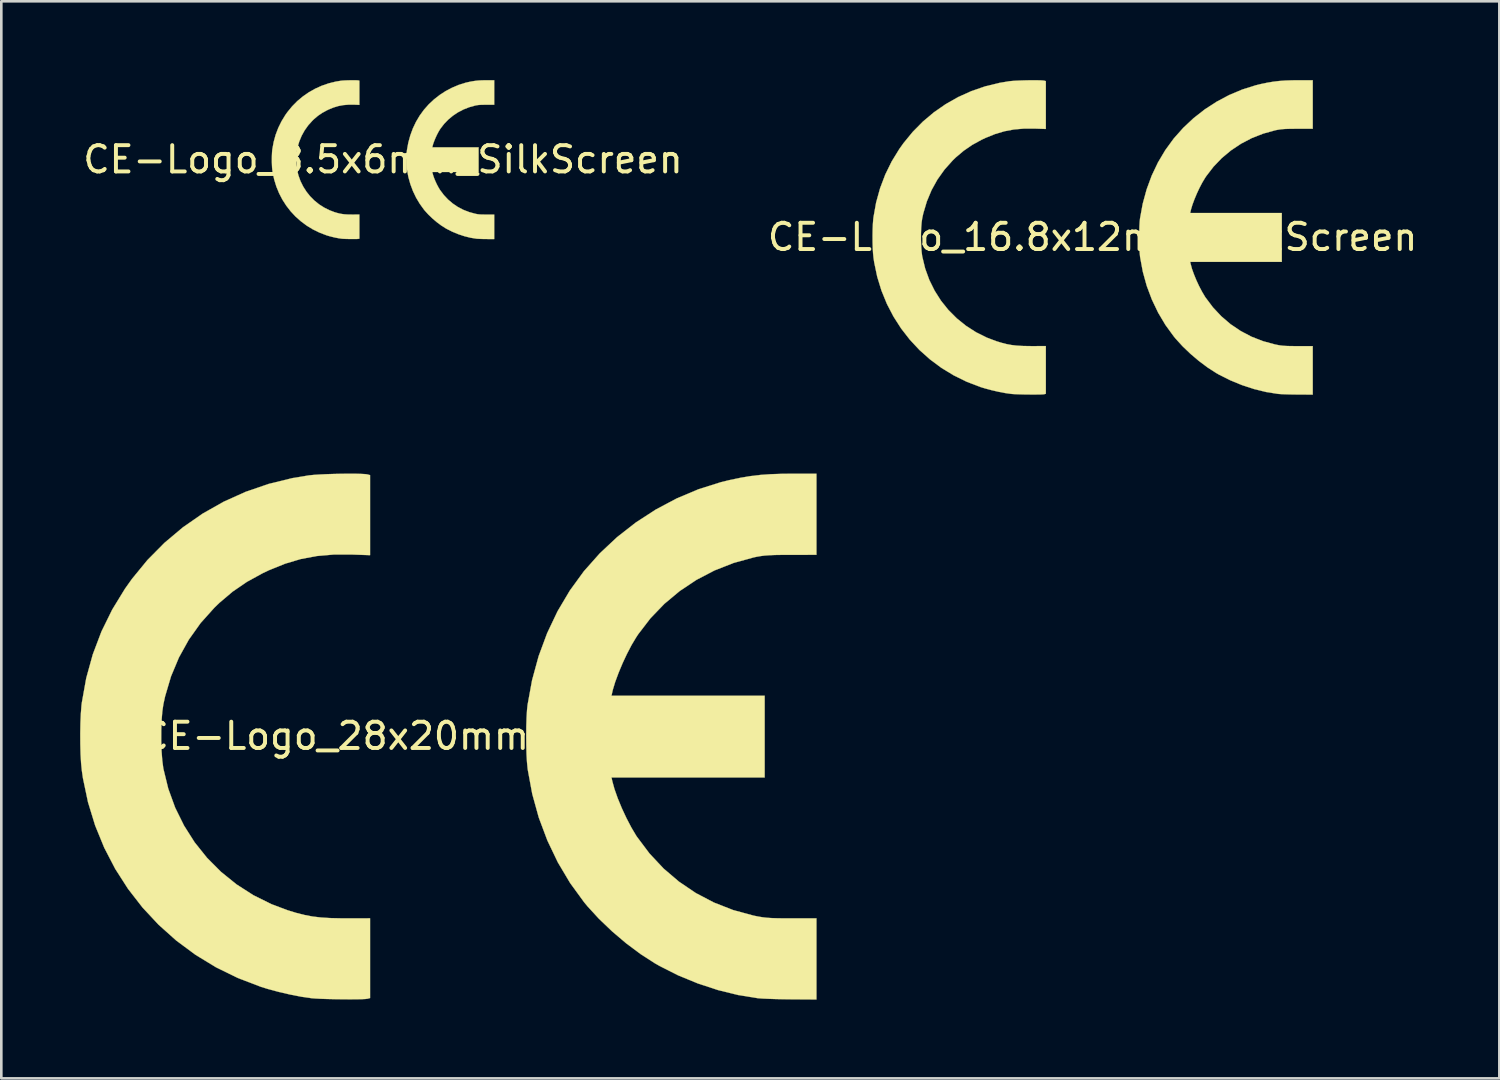
<source format=kicad_pcb>
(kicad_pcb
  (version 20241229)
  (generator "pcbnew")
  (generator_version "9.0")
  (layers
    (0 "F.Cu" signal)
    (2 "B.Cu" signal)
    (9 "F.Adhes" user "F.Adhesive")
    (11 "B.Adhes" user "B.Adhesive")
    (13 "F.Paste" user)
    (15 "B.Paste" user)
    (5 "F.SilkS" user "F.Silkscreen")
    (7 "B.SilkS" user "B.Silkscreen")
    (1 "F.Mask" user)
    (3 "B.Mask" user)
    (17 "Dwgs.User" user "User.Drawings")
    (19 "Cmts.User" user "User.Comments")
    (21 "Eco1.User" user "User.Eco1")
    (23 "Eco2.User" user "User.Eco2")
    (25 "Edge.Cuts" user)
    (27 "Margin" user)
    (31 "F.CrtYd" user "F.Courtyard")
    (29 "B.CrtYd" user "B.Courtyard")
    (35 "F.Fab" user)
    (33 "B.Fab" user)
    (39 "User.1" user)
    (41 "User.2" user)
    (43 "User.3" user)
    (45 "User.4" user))
  (footprint "CE-Logo_16.8x12mm_SilkScreen"
    (layer "F.Cu")
    (at 38.542 5.975)
    (property "Reference" "CE-Logo_16.8x12mm_SilkScreen" (at 0 0 0) (layer "F.SilkS") (effects (font (size 1 1) (thickness 0.15))))
    (attr exclude_from_pos_files exclude_from_bom)
    (fp_poly (pts (xy -2.1 -5.969) (xy -1.972 -5.966) (xy -1.88 -5.96) (xy -1.84 -5.954) (xy -1.781 -5.938) (xy -1.781 -4.116) (xy -2.195 -4.13) (xy -2.611 -4.13) (xy -2.995 -4.097) (xy -3.36 -4.028) (xy -3.718 -3.921) (xy -4.079 -3.775) (xy -4.229 -3.704) (xy -4.586 -3.508) (xy -4.908 -3.287) (xy -5.21 -3.032) (xy -5.327 -2.918) (xy -5.637 -2.571) (xy -5.906 -2.194) (xy -6.131 -1.789) (xy -6.311 -1.357) (xy -6.446 -0.903) (xy -6.486 -0.72) (xy -6.51 -0.554) (xy -6.526 -0.35) (xy -6.534 -0.123) (xy -6.534 0.113) (xy -6.526 0.344) (xy -6.51 0.555) (xy -6.487 0.733) (xy -6.484 0.746) (xy -6.374 1.199) (xy -6.217 1.631) (xy -6.015 2.039) (xy -5.773 2.421) (xy -5.491 2.773) (xy -5.173 3.092) (xy -4.821 3.376) (xy -4.438 3.622) (xy -4.027 3.827) (xy -3.663 3.964) (xy -3.459 4.026) (xy -3.272 4.074) (xy -3.088 4.108) (xy -2.896 4.131) (xy -2.682 4.144) (xy -2.433 4.149) (xy -2.324 4.15) (xy -1.781 4.149) (xy -1.781 5.964) (xy -1.84 5.98) (xy -1.89 5.986) (xy -1.983 5.99) (xy -2.109 5.992) (xy -2.259 5.993) (xy -2.422 5.992) (xy -2.591 5.99) (xy -2.753 5.986) (xy -2.902 5.981) (xy -3.025 5.975) (xy -3.115 5.968) (xy -3.116 5.967) (xy -3.34 5.935) (xy -3.592 5.886) (xy -3.855 5.825) (xy -4.107 5.757) (xy -4.268 5.708) (xy -4.791 5.508) (xy -5.287 5.264) (xy -5.754 4.98) (xy -6.19 4.656) (xy -6.593 4.297) (xy -6.96 3.903) (xy -7.29 3.478) (xy -7.581 3.024) (xy -7.831 2.543) (xy -8.038 2.037) (xy -8.2 1.509) (xy -8.315 0.961) (xy -8.341 0.786) (xy -8.358 0.618) (xy -8.37 0.412) (xy -8.376 0.182) (xy -8.377 -0.058) (xy -8.373 -0.293) (xy -8.364 -0.511) (xy -8.349 -0.696) (xy -8.341 -0.759) (xy -8.241 -1.319) (xy -8.091 -1.859) (xy -7.894 -2.38) (xy -7.649 -2.879) (xy -7.357 -3.355) (xy -7.201 -3.574) (xy -6.848 -4.005) (xy -6.46 -4.398) (xy -6.04 -4.751) (xy -5.59 -5.063) (xy -5.113 -5.333) (xy -4.612 -5.558) (xy -4.089 -5.738) (xy -3.547 -5.87) (xy -3.169 -5.933) (xy -3.065 -5.943) (xy -2.929 -5.952) (xy -2.77 -5.959) (xy -2.598 -5.965) (xy -2.422 -5.969) (xy -2.253 -5.97) (xy -2.1 -5.969)) (stroke (width 0.01) (type solid)) (fill yes) (layer "F.SilkS"))
    (fp_poly (pts (xy 8.379 -4.124) (xy 7.797 -4.124) (xy 7.595 -4.123) (xy 7.435 -4.12) (xy 7.308 -4.115) (xy 7.202 -4.107) (xy 7.108 -4.095) (xy 7.016 -4.079) (xy 6.948 -4.065) (xy 6.493 -3.939) (xy 6.059 -3.769) (xy 5.65 -3.555) (xy 5.268 -3.301) (xy 4.917 -3.008) (xy 4.601 -2.679) (xy 4.323 -2.317) (xy 4.275 -2.244) (xy 4.172 -2.072) (xy 4.067 -1.871) (xy 3.966 -1.655) (xy 3.875 -1.438) (xy 3.799 -1.232) (xy 3.745 -1.052) (xy 3.733 -1.002) (xy 3.714 -0.916) (xy 7.201 -0.916) (xy 7.201 0.943) (xy 3.714 0.943) (xy 3.733 1.028) (xy 3.782 1.209) (xy 3.857 1.418) (xy 3.949 1.643) (xy 4.054 1.868) (xy 4.166 2.081) (xy 4.277 2.268) (xy 4.296 2.297) (xy 4.581 2.676) (xy 4.9 3.016) (xy 5.251 3.316) (xy 5.634 3.574) (xy 6.044 3.79) (xy 6.482 3.961) (xy 6.944 4.087) (xy 6.955 4.089) (xy 7.06 4.11) (xy 7.155 4.126) (xy 7.254 4.137) (xy 7.365 4.144) (xy 7.5 4.148) (xy 7.67 4.15) (xy 7.81 4.15) (xy 8.379 4.15) (xy 8.379 5.996) (xy 7.81 5.993) (xy 7.628 5.991) (xy 7.45 5.987) (xy 7.288 5.982) (xy 7.154 5.976) (xy 7.058 5.969) (xy 7.044 5.967) (xy 6.598 5.896) (xy 6.139 5.783) (xy 5.68 5.632) (xy 5.233 5.448) (xy 4.811 5.236) (xy 4.7 5.172) (xy 4.377 4.964) (xy 4.048 4.718) (xy 3.728 4.447) (xy 3.429 4.161) (xy 3.164 3.871) (xy 3.092 3.784) (xy 2.772 3.345) (xy 2.493 2.875) (xy 2.255 2.377) (xy 2.06 1.858) (xy 1.911 1.32) (xy 1.809 0.77) (xy 1.804 0.733) (xy 1.791 0.591) (xy 1.781 0.412) (xy 1.775 0.208) (xy 1.773 -0.008) (xy 1.776 -0.222) (xy 1.782 -0.421) (xy 1.792 -0.592) (xy 1.804 -0.707) (xy 1.907 -1.271) (xy 2.056 -1.816) (xy 2.249 -2.34) (xy 2.486 -2.839) (xy 2.765 -3.309) (xy 3.085 -3.748) (xy 3.092 -3.757) (xy 3.449 -4.158) (xy 3.843 -4.528) (xy 4.269 -4.861) (xy 4.724 -5.156) (xy 5.201 -5.409) (xy 5.696 -5.617) (xy 6.204 -5.777) (xy 6.403 -5.826) (xy 6.648 -5.877) (xy 6.876 -5.915) (xy 7.101 -5.942) (xy 7.338 -5.959) (xy 7.602 -5.968) (xy 7.823 -5.97) (xy 8.379 -5.97) (xy 8.379 -4.124)) (stroke (width 0.01) (type solid)) (fill yes) (layer "F.SilkS")))
  (footprint "CE-Logo_8.5x6mm_SilkScreen"
    (layer "F.Cu")
    (at 11.53 3.021)
    (property "Reference" "CE-Logo_8.5x6mm_SilkScreen" (at 0 0 0) (layer "F.SilkS") (effects (font (size 1 1) (thickness 0.15))))
    (attr exclude_from_pos_files exclude_from_bom)
    (fp_poly (pts (xy -1.061 -3.016) (xy -0.996 -3.014) (xy -0.95 -3.011) (xy -0.929 -3.008) (xy -0.9 -3) (xy -0.9 -2.079) (xy -1.109 -2.087) (xy -1.319 -2.086) (xy -1.513 -2.07) (xy -1.698 -2.035) (xy -1.878 -1.981) (xy -2.061 -1.907) (xy -2.137 -1.871) (xy -2.317 -1.772) (xy -2.48 -1.661) (xy -2.632 -1.532) (xy -2.691 -1.474) (xy -2.848 -1.299) (xy -2.984 -1.108) (xy -3.097 -0.904) (xy -3.188 -0.686) (xy -3.257 -0.456) (xy -3.277 -0.364) (xy -3.289 -0.28) (xy -3.297 -0.177) (xy -3.301 -0.062) (xy -3.301 0.057) (xy -3.297 0.174) (xy -3.289 0.281) (xy -3.277 0.37) (xy -3.276 0.377) (xy -3.22 0.606) (xy -3.141 0.824) (xy -3.039 1.03) (xy -2.916 1.223) (xy -2.774 1.401) (xy -2.614 1.562) (xy -2.436 1.706) (xy -2.242 1.83) (xy -2.034 1.933) (xy -1.851 2.003) (xy -1.748 2.034) (xy -1.653 2.058) (xy -1.56 2.075) (xy -1.463 2.087) (xy -1.355 2.094) (xy -1.229 2.096) (xy -1.174 2.097) (xy -0.9 2.096) (xy -0.9 3.013) (xy -0.929 3.021) (xy -0.955 3.024) (xy -1.002 3.026) (xy -1.065 3.027) (xy -1.141 3.028) (xy -1.224 3.027) (xy -1.309 3.026) (xy -1.391 3.024) (xy -1.466 3.022) (xy -1.528 3.019) (xy -1.574 3.015) (xy -1.574 3.015) (xy -1.687 2.998) (xy -1.815 2.974) (xy -1.947 2.943) (xy -2.075 2.909) (xy -2.156 2.884) (xy -2.421 2.782) (xy -2.671 2.66) (xy -2.907 2.516) (xy -3.127 2.352) (xy -3.331 2.171) (xy -3.516 1.972) (xy -3.683 1.757) (xy -3.83 1.528) (xy -3.956 1.285) (xy -4.061 1.029) (xy -4.143 0.762) (xy -4.201 0.486) (xy -4.214 0.397) (xy -4.223 0.312) (xy -4.228 0.208) (xy -4.232 0.092) (xy -4.232 -0.029) (xy -4.23 -0.148) (xy -4.225 -0.258) (xy -4.218 -0.352) (xy -4.214 -0.384) (xy -4.163 -0.666) (xy -4.088 -0.939) (xy -3.988 -1.202) (xy -3.864 -1.454) (xy -3.717 -1.695) (xy -3.638 -1.806) (xy -3.46 -2.023) (xy -3.264 -2.222) (xy -3.051 -2.4) (xy -2.824 -2.558) (xy -2.583 -2.694) (xy -2.33 -2.808) (xy -2.066 -2.899) (xy -1.792 -2.966) (xy -1.601 -2.997) (xy -1.549 -3.003) (xy -1.48 -3.007) (xy -1.399 -3.011) (xy -1.312 -3.014) (xy -1.224 -3.015) (xy -1.138 -3.016) (xy -1.061 -3.016)) (stroke (width 0.01) (type solid)) (fill yes) (layer "F.SilkS"))
    (fp_poly (pts (xy 4.233 -2.084) (xy 3.939 -2.083) (xy 3.837 -2.083) (xy 3.756 -2.082) (xy 3.692 -2.079) (xy 3.638 -2.075) (xy 3.591 -2.069) (xy 3.544 -2.061) (xy 3.51 -2.054) (xy 3.281 -1.99) (xy 3.061 -1.904) (xy 2.854 -1.796) (xy 2.661 -1.667) (xy 2.484 -1.52) (xy 2.324 -1.354) (xy 2.184 -1.171) (xy 2.16 -1.134) (xy 2.108 -1.047) (xy 2.055 -0.945) (xy 2.004 -0.836) (xy 1.958 -0.726) (xy 1.919 -0.623) (xy 1.892 -0.532) (xy 1.886 -0.506) (xy 1.876 -0.463) (xy 3.638 -0.463) (xy 3.638 0.476) (xy 1.876 0.476) (xy 1.886 0.519) (xy 1.911 0.611) (xy 1.948 0.716) (xy 1.995 0.83) (xy 2.048 0.944) (xy 2.105 1.052) (xy 2.161 1.146) (xy 2.17 1.16) (xy 2.314 1.352) (xy 2.475 1.524) (xy 2.653 1.675) (xy 2.846 1.806) (xy 3.054 1.915) (xy 3.275 2.001) (xy 3.508 2.065) (xy 3.514 2.066) (xy 3.567 2.077) (xy 3.615 2.085) (xy 3.665 2.09) (xy 3.721 2.094) (xy 3.789 2.096) (xy 3.875 2.097) (xy 3.946 2.097) (xy 4.233 2.097) (xy 4.233 3.029) (xy 3.946 3.028) (xy 3.854 3.027) (xy 3.764 3.025) (xy 3.682 3.022) (xy 3.614 3.019) (xy 3.566 3.016) (xy 3.559 3.015) (xy 3.333 2.979) (xy 3.101 2.921) (xy 2.869 2.845) (xy 2.644 2.752) (xy 2.43 2.645) (xy 2.375 2.613) (xy 2.211 2.508) (xy 2.045 2.384) (xy 1.883 2.246) (xy 1.732 2.102) (xy 1.599 1.956) (xy 1.562 1.912) (xy 1.401 1.69) (xy 1.259 1.452) (xy 1.139 1.201) (xy 1.041 0.939) (xy 0.965 0.667) (xy 0.914 0.389) (xy 0.912 0.37) (xy 0.905 0.299) (xy 0.9 0.208) (xy 0.897 0.105) (xy 0.896 -0.004) (xy 0.897 -0.112) (xy 0.9 -0.213) (xy 0.905 -0.299) (xy 0.911 -0.357) (xy 0.963 -0.642) (xy 1.039 -0.918) (xy 1.136 -1.182) (xy 1.256 -1.434) (xy 1.397 -1.672) (xy 1.559 -1.894) (xy 1.562 -1.898) (xy 1.742 -2.101) (xy 1.941 -2.287) (xy 2.157 -2.456) (xy 2.386 -2.605) (xy 2.628 -2.732) (xy 2.878 -2.838) (xy 3.134 -2.919) (xy 3.235 -2.943) (xy 3.359 -2.969) (xy 3.474 -2.988) (xy 3.588 -3.002) (xy 3.707 -3.011) (xy 3.841 -3.015) (xy 3.952 -3.016) (xy 4.233 -3.016) (xy 4.233 -2.084)) (stroke (width 0.01) (type solid)) (fill yes) (layer "F.SilkS")))
  (footprint "CE-Logo_28x20mm_SilkScreen"
    (layer "F.Cu")
    (at 14.015 24.967)
    (property "Reference" "CE-Logo_28x20mm_SilkScreen" (at 0 0 0) (layer "F.SilkS") (effects (font (size 1 1) (thickness 0.15))))
    (attr exclude_from_pos_files exclude_from_bom)
    (fp_poly (pts (xy -3.512 -9.983) (xy -3.298 -9.977) (xy -3.144 -9.968) (xy -3.076 -9.957) (xy -2.978 -9.931) (xy -2.978 -6.884) (xy -3.672 -6.908) (xy -4.366 -6.907) (xy -5.009 -6.851) (xy -5.62 -6.736) (xy -6.217 -6.558) (xy -6.822 -6.313) (xy -7.073 -6.194) (xy -7.67 -5.866) (xy -8.209 -5.497) (xy -8.713 -5.07) (xy -8.909 -4.88) (xy -9.428 -4.301) (xy -9.877 -3.669) (xy -10.253 -2.991) (xy -10.555 -2.27) (xy -10.78 -1.511) (xy -10.847 -1.204) (xy -10.887 -0.926) (xy -10.914 -0.585) (xy -10.927 -0.205) (xy -10.928 0.189) (xy -10.915 0.575) (xy -10.888 0.929) (xy -10.849 1.226) (xy -10.845 1.248) (xy -10.66 2.005) (xy -10.397 2.728) (xy -10.06 3.41) (xy -9.655 4.048) (xy -9.184 4.637) (xy -8.652 5.171) (xy -8.063 5.647) (xy -7.423 6.058) (xy -6.734 6.4) (xy -6.127 6.629) (xy -5.785 6.734) (xy -5.472 6.813) (xy -5.165 6.871) (xy -4.843 6.909) (xy -4.485 6.931) (xy -4.069 6.94) (xy -3.887 6.94) (xy -2.978 6.939) (xy -2.978 9.975) (xy -3.076 10.001) (xy -3.161 10.011) (xy -3.316 10.018) (xy -3.527 10.022) (xy -3.778 10.023) (xy -4.051 10.021) (xy -4.333 10.017) (xy -4.605 10.011) (xy -4.853 10.003) (xy -5.06 9.992) (xy -5.21 9.98) (xy -5.211 9.98) (xy -5.585 9.926) (xy -6.008 9.844) (xy -6.446 9.743) (xy -6.869 9.629) (xy -7.137 9.546) (xy -8.013 9.211) (xy -8.843 8.804) (xy -9.624 8.328) (xy -10.353 7.788) (xy -11.026 7.186) (xy -11.64 6.528) (xy -12.192 5.817) (xy -12.679 5.057) (xy -13.097 4.252) (xy -13.443 3.407) (xy -13.714 2.524) (xy -13.907 1.608) (xy -13.95 1.314) (xy -13.978 1.033) (xy -13.998 0.689) (xy -14.008 0.305) (xy -14.01 -0.096) (xy -14.003 -0.49) (xy -13.987 -0.854) (xy -13.963 -1.164) (xy -13.95 -1.27) (xy -13.782 -2.206) (xy -13.532 -3.11) (xy -13.202 -3.98) (xy -12.792 -4.814) (xy -12.304 -5.611) (xy -12.043 -5.978) (xy -11.453 -6.698) (xy -10.804 -7.354) (xy -10.101 -7.945) (xy -9.349 -8.467) (xy -8.551 -8.918) (xy -7.712 -9.296) (xy -6.838 -9.596) (xy -5.932 -9.818) (xy -5.3 -9.922) (xy -5.127 -9.939) (xy -4.899 -9.954) (xy -4.633 -9.967) (xy -4.345 -9.976) (xy -4.051 -9.982) (xy -3.768 -9.984) (xy -3.512 -9.983)) (stroke (width 0.01) (type solid)) (fill yes) (layer "F.SilkS"))
    (fp_poly (pts (xy 14.014 -8.441) (xy 14.014 -6.897) (xy 13.039 -6.896) (xy 12.702 -6.895) (xy 12.435 -6.891) (xy 12.221 -6.882) (xy 12.045 -6.869) (xy 11.887 -6.849) (xy 11.733 -6.822) (xy 11.621 -6.798) (xy 10.86 -6.588) (xy 10.134 -6.303) (xy 9.448 -5.945) (xy 8.81 -5.52) (xy 8.223 -5.03) (xy 7.695 -4.481) (xy 7.23 -3.875) (xy 7.149 -3.752) (xy 6.977 -3.465) (xy 6.802 -3.129) (xy 6.633 -2.768) (xy 6.481 -2.404) (xy 6.354 -2.061) (xy 6.263 -1.76) (xy 6.243 -1.675) (xy 6.212 -1.533) (xy 12.043 -1.533) (xy 12.043 1.577) (xy 6.212 1.577) (xy 6.243 1.719) (xy 6.326 2.021) (xy 6.45 2.372) (xy 6.605 2.747) (xy 6.781 3.125) (xy 6.967 3.481) (xy 7.153 3.794) (xy 7.185 3.841) (xy 7.661 4.475) (xy 8.194 5.044) (xy 8.782 5.545) (xy 9.422 5.978) (xy 10.109 6.338) (xy 10.841 6.625) (xy 11.614 6.835) (xy 11.632 6.839) (xy 11.806 6.874) (xy 11.967 6.9) (xy 12.131 6.919) (xy 12.317 6.931) (xy 12.543 6.938) (xy 12.827 6.941) (xy 13.061 6.941) (xy 14.014 6.941) (xy 14.014 10.029) (xy 13.061 10.023) (xy 12.757 10.019) (xy 12.46 10.013) (xy 12.189 10.004) (xy 11.964 9.994) (xy 11.804 9.982) (xy 11.78 9.98) (xy 11.034 9.86) (xy 10.267 9.671) (xy 9.499 9.419) (xy 8.752 9.112) (xy 8.046 8.756) (xy 7.861 8.65) (xy 7.32 8.301) (xy 6.77 7.89) (xy 6.235 7.436) (xy 5.735 6.958) (xy 5.292 6.475) (xy 5.171 6.328) (xy 4.637 5.595) (xy 4.169 4.808) (xy 3.771 3.976) (xy 3.445 3.107) (xy 3.196 2.208) (xy 3.026 1.288) (xy 3.018 1.226) (xy 2.995 0.989) (xy 2.978 0.689) (xy 2.969 0.347) (xy 2.966 -0.013) (xy 2.969 -0.371) (xy 2.98 -0.704) (xy 2.997 -0.991) (xy 3.017 -1.182) (xy 3.189 -2.126) (xy 3.438 -3.038) (xy 3.762 -3.913) (xy 4.158 -4.747) (xy 4.625 -5.534) (xy 5.159 -6.269) (xy 5.171 -6.283) (xy 5.768 -6.955) (xy 6.427 -7.572) (xy 7.14 -8.129) (xy 7.9 -8.622) (xy 8.698 -9.045) (xy 9.526 -9.394) (xy 10.376 -9.662) (xy 10.708 -9.743) (xy 11.118 -9.829) (xy 11.499 -9.893) (xy 11.876 -9.938) (xy 12.273 -9.966) (xy 12.714 -9.981) (xy 13.083 -9.984) (xy 14.014 -9.985) (xy 14.014 -8.441)) (stroke (width 0.01) (type solid)) (fill yes) (layer "F.SilkS")))
  (gr_rect
    (start -3 -3)
    (end 54.024 38)
    (stroke (width 0.1) (type default))
    (fill no)
    (layer "Edge.Cuts")))
</source>
